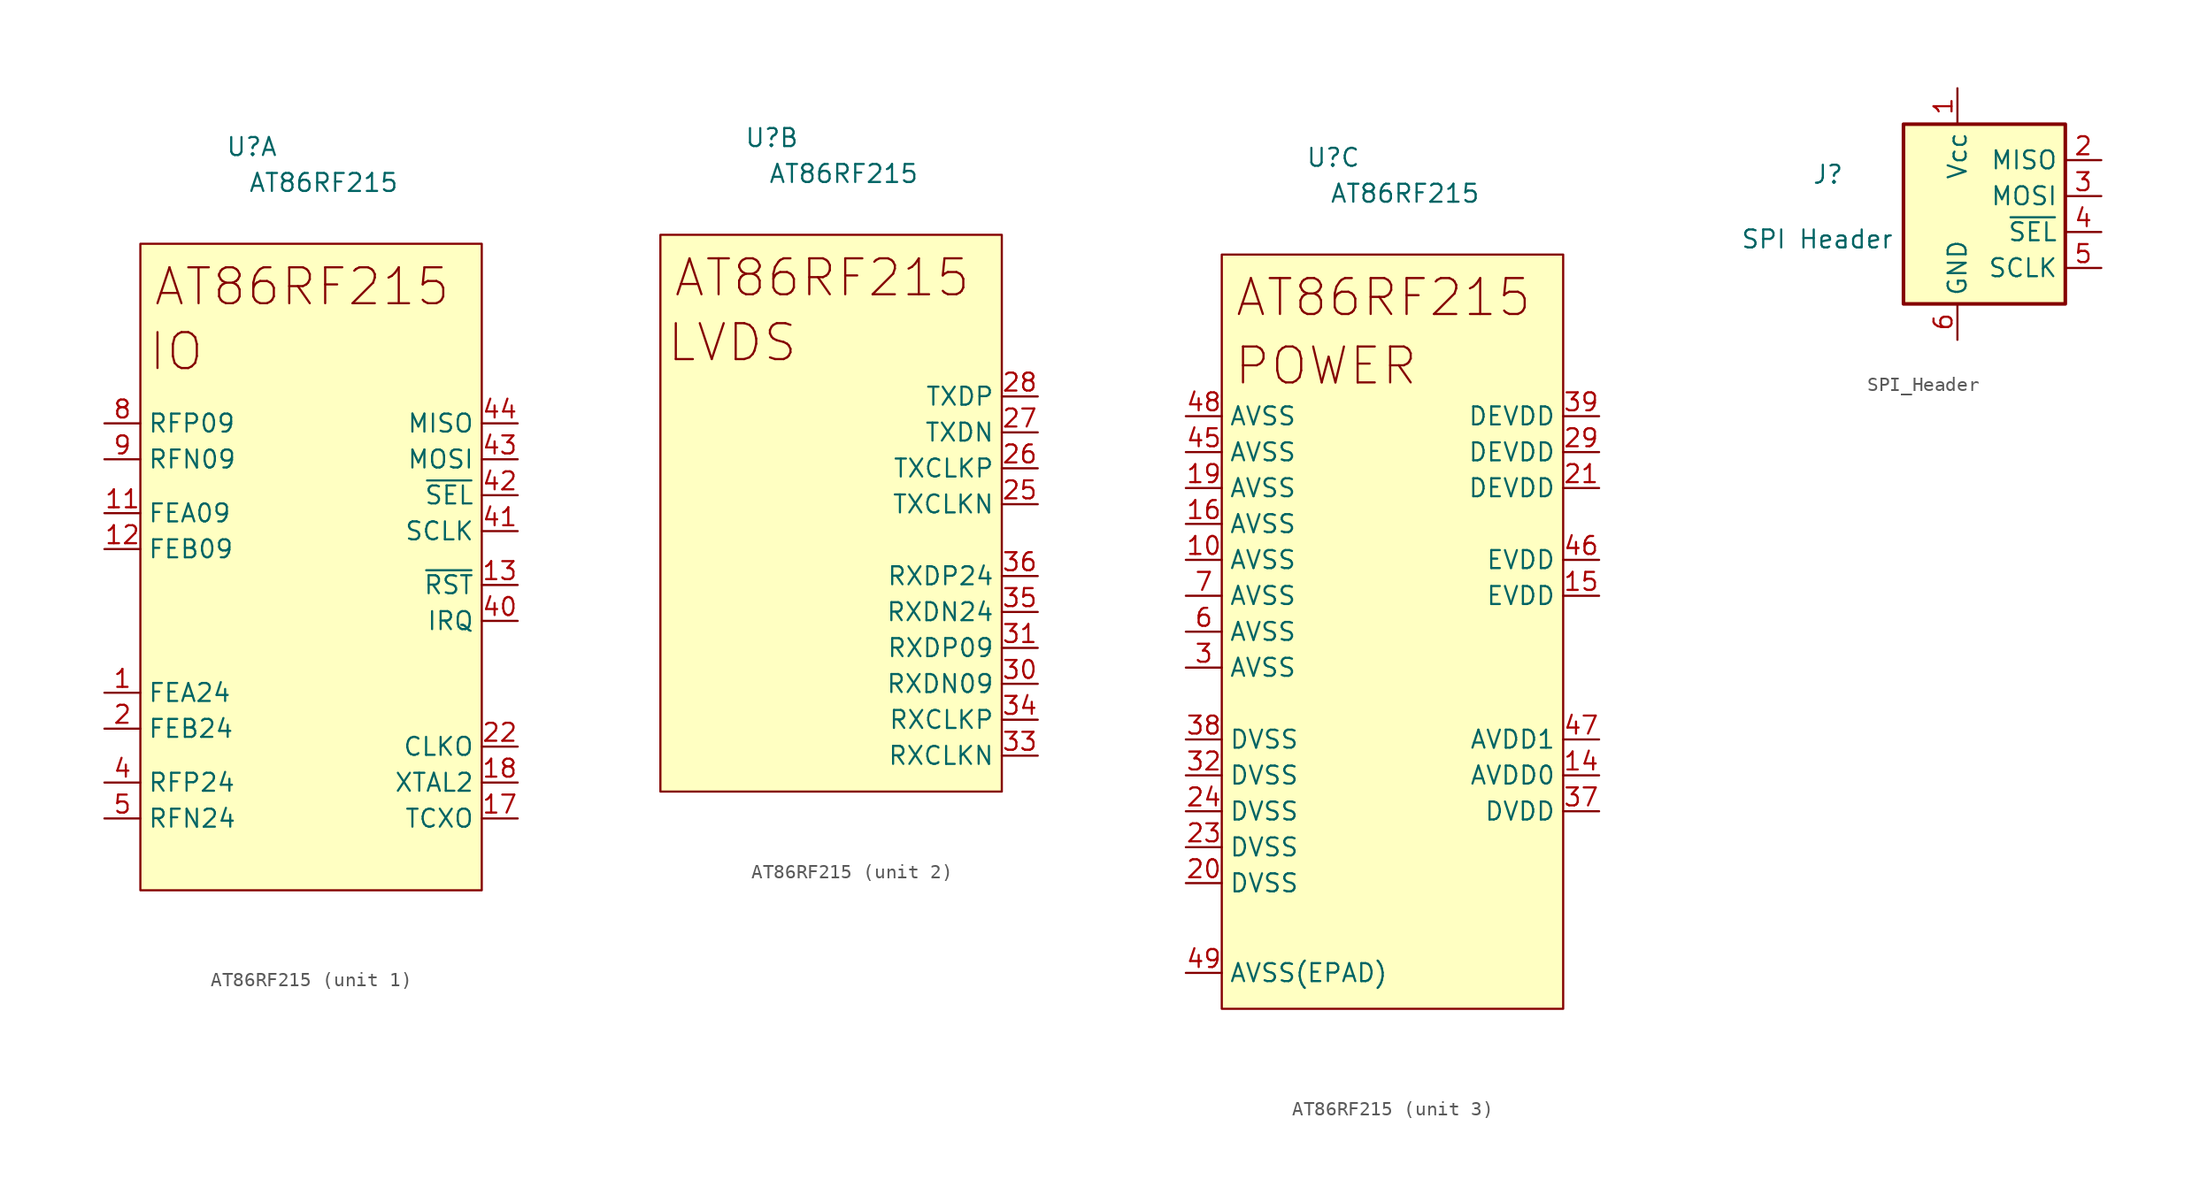
<source format=kicad_sym>
(kicad_symbol_lib
  (version 20231120)
  (generator "kicad_symbol_editor")
  (generator_version "8.0")
  (symbol "AT86RF215"
    (property "Reference" "U"
      (at 7.874 6.858 0)
      (effects (font (size 1.27 1.27))))
    (property "Value" "AT86RF215"
      (at 12.954 4.318 0)
      (effects (font (size 1.27 1.27))))
    (property "ki_locked" ""
      (at 0 0 0)
      (effects (font (size 1.27 1.27))))
    (symbol "AT86RF215_1_0"
      (pin output line (at -2.54 -31.75 0) (length 2.54) (name "FEA24" (effects (font (size 1.27 1.27)))) (number "1" (effects (font (size 1.27 1.27)))))
      (pin output line (at -2.54 -19.05 0) (length 2.54) (name "FEA09" (effects (font (size 1.27 1.27)))) (number "11" (effects (font (size 1.27 1.27)))))
      (pin output line (at -2.54 -21.59 0) (length 2.54) (name "FEB09" (effects (font (size 1.27 1.27)))) (number "12" (effects (font (size 1.27 1.27)))))
      (pin input line (at 26.67 -24.13 180) (length 2.54) (name "~{RST}" (effects (font (size 1.27 1.27)))) (number "13" (effects (font (size 1.27 1.27)))))
      (pin input line (at 26.67 -40.64 180) (length 2.54) (name "TCXO" (effects (font (size 1.27 1.27)))) (number "17" (effects (font (size 1.27 1.27)))))
      (pin output line (at 26.67 -38.1 180) (length 2.54) (name "XTAL2" (effects (font (size 1.27 1.27)))) (number "18" (effects (font (size 1.27 1.27)))))
      (pin output line (at -2.54 -34.29 0) (length 2.54) (name "FEB24" (effects (font (size 1.27 1.27)))) (number "2" (effects (font (size 1.27 1.27)))))
      (pin output line (at 26.67 -35.56 180) (length 2.54) (name "CLKO" (effects (font (size 1.27 1.27)))) (number "22" (effects (font (size 1.27 1.27)))))
      (pin passive line (at -2.54 -38.1 0) (length 2.54) (name "RFP24" (effects (font (size 1.27 1.27)))) (number "4" (effects (font (size 1.27 1.27)))))
      (pin output line (at 26.67 -26.67 180) (length 2.54) (name "IRQ" (effects (font (size 1.27 1.27)))) (number "40" (effects (font (size 1.27 1.27)))))
      (pin input line (at 26.67 -20.32 180) (length 2.54) (name "SCLK" (effects (font (size 1.27 1.27)))) (number "41" (effects (font (size 1.27 1.27)))))
      (pin input line (at 26.67 -17.78 180) (length 2.54) (name "~{SEL}" (effects (font (size 1.27 1.27)))) (number "42" (effects (font (size 1.27 1.27)))))
      (pin input line (at 26.67 -15.24 180) (length 2.54) (name "MOSI" (effects (font (size 1.27 1.27)))) (number "43" (effects (font (size 1.27 1.27)))))
      (pin output line (at 26.67 -12.7 180) (length 2.54) (name "MISO" (effects (font (size 1.27 1.27)))) (number "44" (effects (font (size 1.27 1.27)))))
      (pin passive line (at -2.54 -40.64 0) (length 2.54) (name "RFN24" (effects (font (size 1.27 1.27)))) (number "5" (effects (font (size 1.27 1.27)))))
      (pin passive line (at -2.54 -12.7 0) (length 2.54) (name "RFP09" (effects (font (size 1.27 1.27)))) (number "8" (effects (font (size 1.27 1.27)))))
      (pin passive line (at -2.54 -15.24 0) (length 2.54) (name "RFN09" (effects (font (size 1.27 1.27)))) (number "9" (effects (font (size 1.27 1.27))))))
    (symbol "AT86RF215_1_1"
      (rectangle (start 0 0) (end 24.13 -45.72) (stroke (width 0) (type default)) (fill (type background)))
      (text "AT86RF215\n\n" (at 11.43 -5.08 0) (effects (font (size 2.54 2.54))))
      (text "IO\n" (at 2.54 -7.62 0) (effects (font (size 2.54 2.54)))))
    (symbol "AT86RF215_2_0"
      (pin input line (at 26.67 -19.05 180) (length 2.54) (name "TXCLKN" (effects (font (size 1.27 1.27)))) (number "25" (effects (font (size 1.27 1.27)))))
      (pin input line (at 26.67 -16.51 180) (length 2.54) (name "TXCLKP" (effects (font (size 1.27 1.27)))) (number "26" (effects (font (size 1.27 1.27)))))
      (pin input line (at 26.67 -13.97 180) (length 2.54) (name "TXDN" (effects (font (size 1.27 1.27)))) (number "27" (effects (font (size 1.27 1.27)))))
      (pin input line (at 26.67 -11.43 180) (length 2.54) (name "TXDP" (effects (font (size 1.27 1.27)))) (number "28" (effects (font (size 1.27 1.27)))))
      (pin output line (at 26.67 -31.75 180) (length 2.54) (name "RXDN09" (effects (font (size 1.27 1.27)))) (number "30" (effects (font (size 1.27 1.27)))))
      (pin output line (at 26.67 -29.21 180) (length 2.54) (name "RXDP09" (effects (font (size 1.27 1.27)))) (number "31" (effects (font (size 1.27 1.27)))))
      (pin output line (at 26.67 -36.83 180) (length 2.54) (name "RXCLKN" (effects (font (size 1.27 1.27)))) (number "33" (effects (font (size 1.27 1.27)))))
      (pin output line (at 26.67 -34.29 180) (length 2.54) (name "RXCLKP" (effects (font (size 1.27 1.27)))) (number "34" (effects (font (size 1.27 1.27)))))
      (pin output line (at 26.67 -26.67 180) (length 2.54) (name "RXDN24" (effects (font (size 1.27 1.27)))) (number "35" (effects (font (size 1.27 1.27)))))
      (pin output line (at 26.67 -24.13 180) (length 2.54) (name "RXDP24" (effects (font (size 1.27 1.27)))) (number "36" (effects (font (size 1.27 1.27))))))
    (symbol "AT86RF215_2_1"
      (rectangle (start 0 0) (end 24.13 -39.37) (stroke (width 0) (type default)) (fill (type background)))
      (text "AT86RF215\n\n" (at 11.43 -5.08 0) (effects (font (size 2.54 2.54))))
      (text "LVDS\n" (at 5.08 -7.62 0) (effects (font (size 2.54 2.54)))))
    (symbol "AT86RF215_3_0"
      (pin power_in line (at -2.54 -21.59 0) (length 2.54) (name "AVSS" (effects (font (size 1.27 1.27)))) (number "10" (effects (font (size 1.27 1.27)))))
      (pin power_out line (at 26.67 -36.83 180) (length 2.54) (name "AVDD0" (effects (font (size 1.27 1.27)))) (number "14" (effects (font (size 1.27 1.27)))))
      (pin power_in line (at 26.67 -24.13 180) (length 2.54) (name "EVDD" (effects (font (size 1.27 1.27)))) (number "15" (effects (font (size 1.27 1.27)))))
      (pin power_in line (at -2.54 -19.05 0) (length 2.54) (name "AVSS" (effects (font (size 1.27 1.27)))) (number "16" (effects (font (size 1.27 1.27)))))
      (pin power_in line (at -2.54 -16.51 0) (length 2.54) (name "AVSS" (effects (font (size 1.27 1.27)))) (number "19" (effects (font (size 1.27 1.27)))))
      (pin power_in line (at -2.54 -44.45 0) (length 2.54) (name "DVSS" (effects (font (size 1.27 1.27)))) (number "20" (effects (font (size 1.27 1.27)))))
      (pin power_in line (at 26.67 -16.51 180) (length 2.54) (name "DEVDD" (effects (font (size 1.27 1.27)))) (number "21" (effects (font (size 1.27 1.27)))))
      (pin power_in line (at -2.54 -41.91 0) (length 2.54) (name "DVSS" (effects (font (size 1.27 1.27)))) (number "23" (effects (font (size 1.27 1.27)))))
      (pin power_in line (at -2.54 -39.37 0) (length 2.54) (name "DVSS" (effects (font (size 1.27 1.27)))) (number "24" (effects (font (size 1.27 1.27)))))
      (pin power_in line (at 26.67 -13.97 180) (length 2.54) (name "DEVDD" (effects (font (size 1.27 1.27)))) (number "29" (effects (font (size 1.27 1.27)))))
      (pin power_in line (at -2.54 -29.21 0) (length 2.54) (name "AVSS" (effects (font (size 1.27 1.27)))) (number "3" (effects (font (size 1.27 1.27)))))
      (pin power_in line (at -2.54 -36.83 0) (length 2.54) (name "DVSS" (effects (font (size 1.27 1.27)))) (number "32" (effects (font (size 1.27 1.27)))))
      (pin power_out line (at 26.67 -39.37 180) (length 2.54) (name "DVDD" (effects (font (size 1.27 1.27)))) (number "37" (effects (font (size 1.27 1.27)))))
      (pin power_in line (at -2.54 -34.29 0) (length 2.54) (name "DVSS" (effects (font (size 1.27 1.27)))) (number "38" (effects (font (size 1.27 1.27)))))
      (pin power_in line (at 26.67 -11.43 180) (length 2.54) (name "DEVDD" (effects (font (size 1.27 1.27)))) (number "39" (effects (font (size 1.27 1.27)))))
      (pin power_in line (at -2.54 -13.97 0) (length 2.54) (name "AVSS" (effects (font (size 1.27 1.27)))) (number "45" (effects (font (size 1.27 1.27)))))
      (pin power_in line (at 26.67 -21.59 180) (length 2.54) (name "EVDD" (effects (font (size 1.27 1.27)))) (number "46" (effects (font (size 1.27 1.27)))))
      (pin power_out line (at 26.67 -34.29 180) (length 2.54) (name "AVDD1" (effects (font (size 1.27 1.27)))) (number "47" (effects (font (size 1.27 1.27)))))
      (pin power_in line (at -2.54 -11.43 0) (length 2.54) (name "AVSS" (effects (font (size 1.27 1.27)))) (number "48" (effects (font (size 1.27 1.27)))))
      (pin power_in line (at -2.54 -50.8 0) (length 2.54) (name "AVSS(EPAD)" (effects (font (size 1.27 1.27)))) (number "49" (effects (font (size 1.27 1.27)))))
      (pin power_in line (at -2.54 -26.67 0) (length 2.54) (name "AVSS" (effects (font (size 1.27 1.27)))) (number "6" (effects (font (size 1.27 1.27)))))
      (pin power_in line (at -2.54 -24.13 0) (length 2.54) (name "AVSS" (effects (font (size 1.27 1.27)))) (number "7" (effects (font (size 1.27 1.27))))))
    (symbol "AT86RF215_3_1"
      (rectangle (start 0 0) (end 24.13 -53.34) (stroke (width 0) (type default)) (fill (type background)))
      (text "AT86RF215\n\n" (at 11.43 -5.08 0) (effects (font (size 2.54 2.54))))
      (text "POWER\n" (at 7.366 -7.874 0) (effects (font (size 2.54 2.54))))))
  (symbol "SPI_Header"
    (property "Reference" "J"
      (at -10.414 2.794 0)
      (effects (font (size 1.27 1.27))))
    (property "Value" "SPI Header"
      (at -11.176 -1.778 0)
      (effects (font (size 1.27 1.27))))
    (symbol "SPI_Header_0_1"
      (rectangle (start -5.08 6.35) (end 6.35 -6.35) (stroke (width 0.254) (type default)) (fill (type background))))
    (symbol "SPI_Header_1_1"
      (pin power_in line (at -1.27 8.89 270) (length 2.54) (name "Vcc" (effects (font (size 1.27 1.27)))) (number "1" (effects (font (size 1.27 1.27)))))
      (pin input line (at 8.89 3.81 180) (length 2.54) (name "MISO" (effects (font (size 1.27 1.27)))) (number "2" (effects (font (size 1.27 1.27)))))
      (pin output line (at 8.89 1.27 180) (length 2.54) (name "MOSI" (effects (font (size 1.27 1.27)))) (number "3" (effects (font (size 1.27 1.27)))))
      (pin output line (at 8.89 -1.27 180) (length 2.54) (name "~{SEL}" (effects (font (size 1.27 1.27)))) (number "4" (effects (font (size 1.27 1.27)))))
      (pin output line (at 8.89 -3.81 180) (length 2.54) (name "SCLK" (effects (font (size 1.27 1.27)))) (number "5" (effects (font (size 1.27 1.27)))))
      (pin power_in line (at -1.27 -8.89 90) (length 2.54) (name "GND" (effects (font (size 1.27 1.27)))) (number "6" (effects (font (size 1.27 1.27))))))))
</source>
